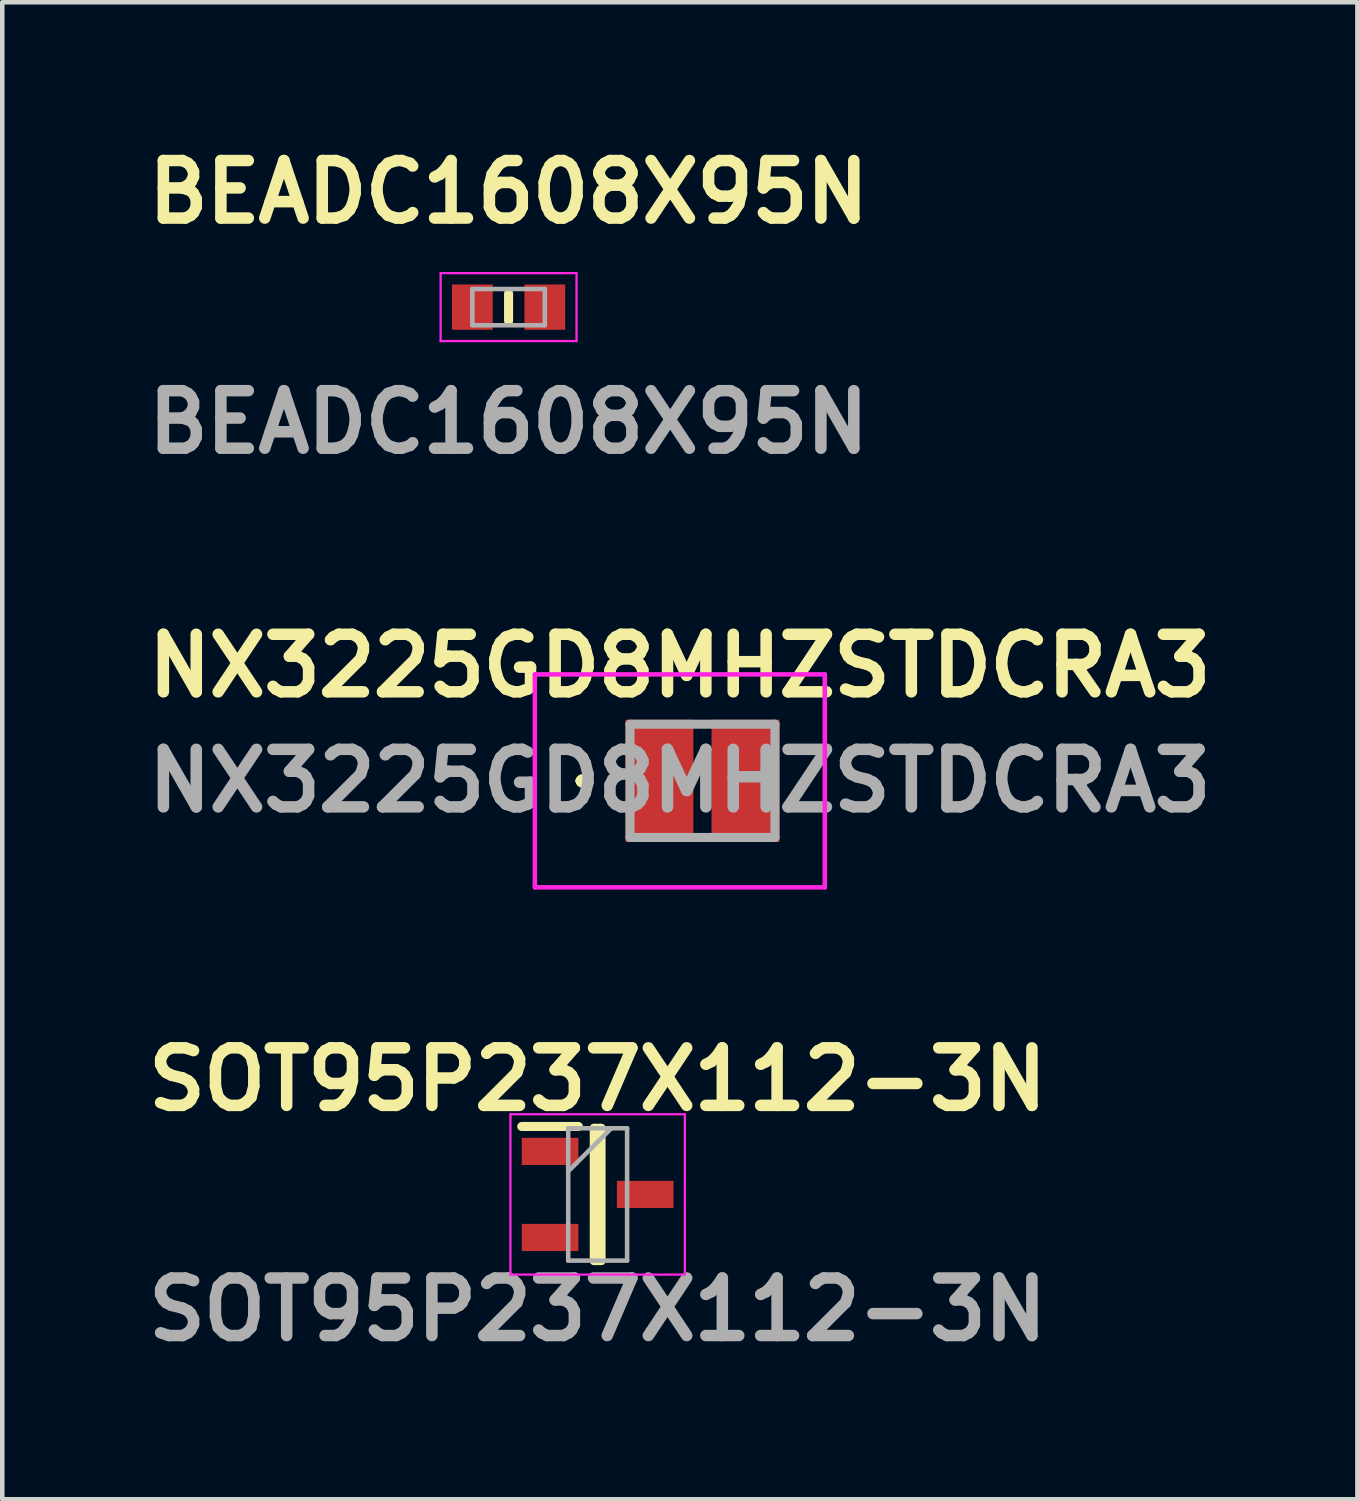
<source format=kicad_pcb>
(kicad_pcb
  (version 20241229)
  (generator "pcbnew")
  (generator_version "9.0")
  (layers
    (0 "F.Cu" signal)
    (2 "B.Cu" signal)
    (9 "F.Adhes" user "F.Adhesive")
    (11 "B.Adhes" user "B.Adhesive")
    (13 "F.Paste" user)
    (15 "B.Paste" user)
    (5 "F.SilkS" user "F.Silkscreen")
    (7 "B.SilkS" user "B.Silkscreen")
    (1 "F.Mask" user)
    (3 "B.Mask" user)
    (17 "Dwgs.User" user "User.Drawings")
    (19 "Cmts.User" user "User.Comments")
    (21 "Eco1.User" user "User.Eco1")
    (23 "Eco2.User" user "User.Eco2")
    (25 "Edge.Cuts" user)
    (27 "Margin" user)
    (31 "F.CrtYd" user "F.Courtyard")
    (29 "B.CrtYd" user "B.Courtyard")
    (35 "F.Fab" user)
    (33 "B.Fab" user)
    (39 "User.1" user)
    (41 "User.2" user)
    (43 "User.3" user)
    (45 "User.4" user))
  (footprint "BEADC1608X95N"
    (layer "F.Cu")
    (at 8.176 3.729)
    (property "Reference" "BEADC1608X95N" (at 0 -2.54 0) (layer "F.SilkS") (effects (font (size 1.27 1.27) (thickness 0.254))))
    (attr smd)
    (fp_line (start 0 -0.3) (end 0 0.3) (stroke (width 0.2) (type solid)) (layer "F.SilkS"))
    (fp_line (start -1.5 -0.75) (end 1.5 -0.75) (stroke (width 0.05) (type solid)) (layer "F.CrtYd"))
    (fp_line (start -1.5 0.75) (end -1.5 -0.75) (stroke (width 0.05) (type solid)) (layer "F.CrtYd"))
    (fp_line (start 1.5 -0.75) (end 1.5 0.75) (stroke (width 0.05) (type solid)) (layer "F.CrtYd"))
    (fp_line (start 1.5 0.75) (end -1.5 0.75) (stroke (width 0.05) (type solid)) (layer "F.CrtYd"))
    (fp_line (start -0.8 -0.4) (end 0.8 -0.4) (stroke (width 0.1) (type solid)) (layer "F.Fab"))
    (fp_line (start -0.8 0.4) (end -0.8 -0.4) (stroke (width 0.1) (type solid)) (layer "F.Fab"))
    (fp_line (start 0.8 -0.4) (end 0.8 0.4) (stroke (width 0.1) (type solid)) (layer "F.Fab"))
    (fp_line (start 0.8 0.4) (end -0.8 0.4) (stroke (width 0.1) (type solid)) (layer "F.Fab"))
    (fp_text user "${REFERENCE}" (at 0 2.54 0) (layer "F.Fab") (effects (font (size 1.27 1.27) (thickness 0.254))))
    (pad "1" smd rect (at -0.8 0) (size 0.9 1) (layers "F.Cu" "F.Mask" "F.Paste"))
    (pad "2" smd rect (at 0.8 0) (size 0.9 1) (layers "F.Cu" "F.Mask" "F.Paste")))
  (footprint "SOT95P237X112-3N"
    (layer "F.Cu")
    (at 10.142 23.315)
    (property "Reference" "SOT95P237X112-3N" (at 0 -2.54 0) (layer "F.SilkS") (effects (font (size 1.27 1.27) (thickness 0.254))))
    (attr smd)
    (fp_line (start -1.675 -1.5) (end -0.425 -1.5) (stroke (width 0.2) (type solid)) (layer "F.SilkS"))
    (fp_line (start -0.075 -1.46) (end 0.075 -1.46) (stroke (width 0.2) (type solid)) (layer "F.SilkS"))
    (fp_line (start -0.075 1.46) (end -0.075 -1.46) (stroke (width 0.2) (type solid)) (layer "F.SilkS"))
    (fp_line (start 0.075 -1.46) (end 0.075 1.46) (stroke (width 0.2) (type solid)) (layer "F.SilkS"))
    (fp_line (start 0.075 1.46) (end -0.075 1.46) (stroke (width 0.2) (type solid)) (layer "F.SilkS"))
    (fp_line (start -1.925 -1.77) (end 1.925 -1.77) (stroke (width 0.05) (type solid)) (layer "F.CrtYd"))
    (fp_line (start -1.925 1.77) (end -1.925 -1.77) (stroke (width 0.05) (type solid)) (layer "F.CrtYd"))
    (fp_line (start 1.925 -1.77) (end 1.925 1.77) (stroke (width 0.05) (type solid)) (layer "F.CrtYd"))
    (fp_line (start 1.925 1.77) (end -1.925 1.77) (stroke (width 0.05) (type solid)) (layer "F.CrtYd"))
    (fp_line (start -0.65 -1.46) (end 0.65 -1.46) (stroke (width 0.1) (type solid)) (layer "F.Fab"))
    (fp_line (start -0.65 -0.51) (end 0.3 -1.46) (stroke (width 0.1) (type solid)) (layer "F.Fab"))
    (fp_line (start -0.65 1.46) (end -0.65 -1.46) (stroke (width 0.1) (type solid)) (layer "F.Fab"))
    (fp_line (start 0.65 -1.46) (end 0.65 1.46) (stroke (width 0.1) (type solid)) (layer "F.Fab"))
    (fp_line (start 0.65 1.46) (end -0.65 1.46) (stroke (width 0.1) (type solid)) (layer "F.Fab"))
    (fp_text user "${REFERENCE}" (at 0 2.54 0) (layer "F.Fab") (effects (font (size 1.27 1.27) (thickness 0.254))))
    (pad "1" smd rect (at -1.05 -0.95 90) (size 0.6 1.25) (layers "F.Cu" "F.Mask" "F.Paste"))
    (pad "2" smd rect (at -1.05 0.95 90) (size 0.6 1.25) (layers "F.Cu" "F.Mask" "F.Paste"))
    (pad "3" smd rect (at 1.05 0 90) (size 0.6 1.25) (layers "F.Cu" "F.Mask" "F.Paste")))
  (footprint "NX3225GD8MHZSTDCRA3"
    (layer "F.Cu")
    (at 12.456 14.186)
    (property "Reference" "NX3225GD8MHZSTDCRA3" (at -0.5 -2.54 0) (layer "F.SilkS") (effects (font (size 1.27 1.27) (thickness 0.254))))
    (attr smd)
    (fp_line (start -2.7 0) (end -2.7 0) (stroke (width 0.2) (type solid)) (layer "F.SilkS"))
    (fp_line (start -2.7 0) (end -2.7 0) (stroke (width 0.2) (type solid)) (layer "F.SilkS"))
    (fp_line (start -2.6 0) (end -2.6 0) (stroke (width 0.2) (type solid)) (layer "F.SilkS"))
    (fp_arc (start -2.7 0) (mid -2.65 -0.05) (end -2.6 0) (stroke (width 0.2) (type solid)) (layer "F.SilkS"))
    (fp_arc (start -2.6 0) (mid -2.65 0.05) (end -2.7 0) (stroke (width 0.2) (type solid)) (layer "F.SilkS"))
    (fp_arc (start -2.6 0) (mid -2.65 0.05) (end -2.7 0) (stroke (width 0.2) (type solid)) (layer "F.SilkS"))
    (fp_line (start -3.7 -2.35) (end 2.7 -2.35) (stroke (width 0.1) (type solid)) (layer "F.CrtYd"))
    (fp_line (start -3.7 2.35) (end -3.7 -2.35) (stroke (width 0.1) (type solid)) (layer "F.CrtYd"))
    (fp_line (start 2.7 -2.35) (end 2.7 2.35) (stroke (width 0.1) (type solid)) (layer "F.CrtYd"))
    (fp_line (start 2.7 2.35) (end -3.7 2.35) (stroke (width 0.1) (type solid)) (layer "F.CrtYd"))
    (fp_line (start -1.6 -1.25) (end -1.6 1.25) (stroke (width 0.2) (type solid)) (layer "F.Fab"))
    (fp_line (start -1.6 1.25) (end 1.6 1.25) (stroke (width 0.2) (type solid)) (layer "F.Fab"))
    (fp_line (start 1.6 -1.25) (end -1.6 -1.25) (stroke (width 0.2) (type solid)) (layer "F.Fab"))
    (fp_line (start 1.6 1.25) (end 1.6 -1.25) (stroke (width 0.2) (type solid)) (layer "F.Fab"))
    (fp_text user "${REFERENCE}" (at -0.5 0 0) (layer "F.Fab") (effects (font (size 1.27 1.27) (thickness 0.254))))
    (pad "1" smd rect (at -0.95 0) (size 1.5 2.7) (layers "F.Cu" "F.Mask" "F.Paste"))
    (pad "2" smd rect (at 0.95 0) (size 1.5 2.7) (layers "F.Cu" "F.Mask" "F.Paste")))
  (gr_rect
    (start -3 -3)
    (end 26.912 30.044)
    (stroke (width 0.1) (type default))
    (fill no)
    (layer "Edge.Cuts")))
</source>
